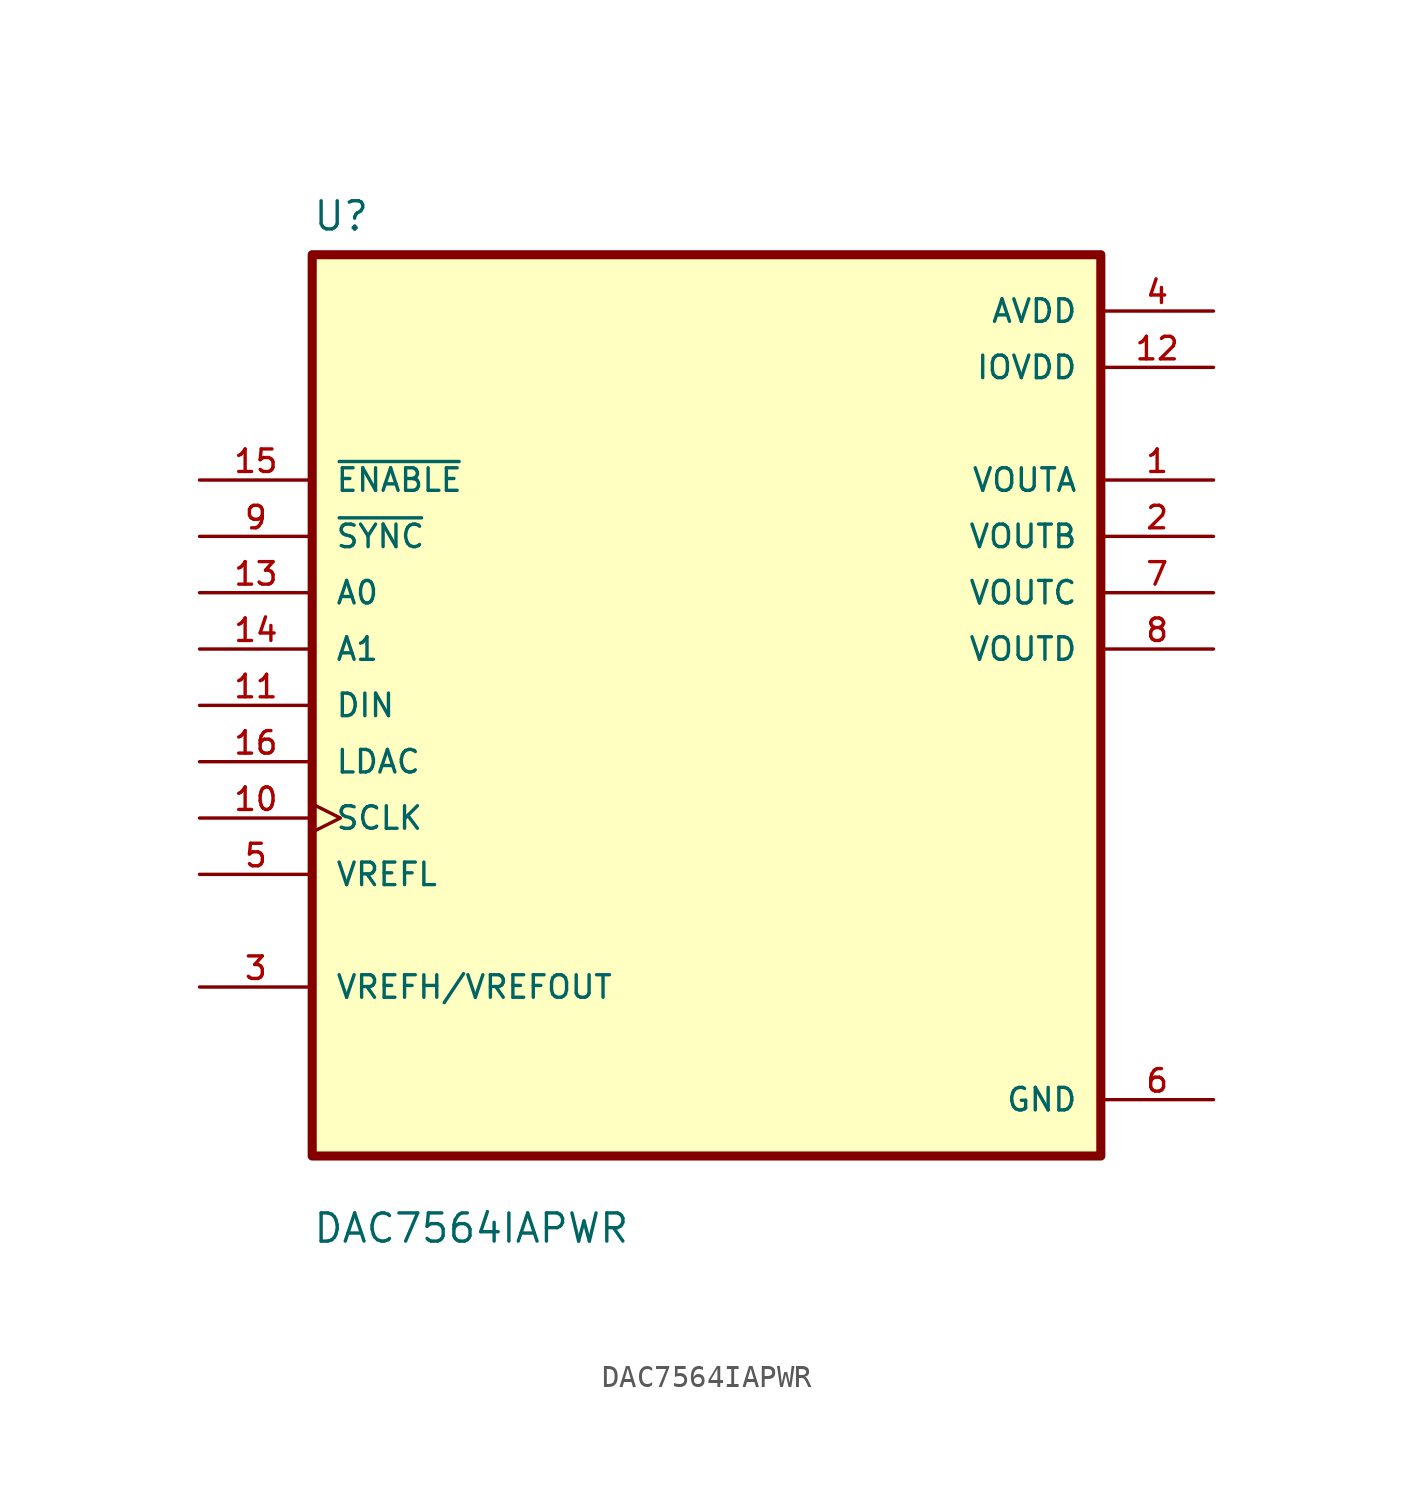
<source format=kicad_sym>
(kicad_symbol_lib
  (version 20211014)
  (generator kicad_symbol_editor)
  (symbol "DAC7564IAPWR"
    (pin_names
      (offset 1.016))
    (property "Reference" "U"
      (at -17.78 21.32 0.0)
      (effects (font (size 1.27 1.27)) (justify bottom left)))
    (property "Value" "DAC7564IAPWR"
      (at -17.78 -24.32 0.0)
      (effects (font (size 1.27 1.27)) (justify bottom left)))
    (symbol "DAC7564IAPWR_0_0"
      (rectangle (start -17.78 -20.32) (end 17.78 20.32) (stroke (width 0.41)) (fill (type background)))
      (pin input line (at -22.86 10.16 0) (length 5.08) (name "~{ENABLE}" (effects (font (size 1.016 1.016)))) (number "15" (effects (font (size 1.016 1.016)))))
      (pin input line (at -22.86 7.62 0) (length 5.08) (name "~{SYNC}" (effects (font (size 1.016 1.016)))) (number "9" (effects (font (size 1.016 1.016)))))
      (pin input line (at -22.86 5.08 0) (length 5.08) (name "A0" (effects (font (size 1.016 1.016)))) (number "13" (effects (font (size 1.016 1.016)))))
      (pin input line (at -22.86 2.54 0) (length 5.08) (name "A1" (effects (font (size 1.016 1.016)))) (number "14" (effects (font (size 1.016 1.016)))))
      (pin input line (at -22.86 0.0 0) (length 5.08) (name "DIN" (effects (font (size 1.016 1.016)))) (number "11" (effects (font (size 1.016 1.016)))))
      (pin input line (at -22.86 -2.54 0) (length 5.08) (name "LDAC" (effects (font (size 1.016 1.016)))) (number "16" (effects (font (size 1.016 1.016)))))
      (pin input clock (at -22.86 -5.08 0) (length 5.08) (name "SCLK" (effects (font (size 1.016 1.016)))) (number "10" (effects (font (size 1.016 1.016)))))
      (pin input line (at -22.86 -7.62 0) (length 5.08) (name "VREFL" (effects (font (size 1.016 1.016)))) (number "5" (effects (font (size 1.016 1.016)))))
      (pin bidirectional line (at -22.86 -12.7 0) (length 5.08) (name "VREFH/VREFOUT" (effects (font (size 1.016 1.016)))) (number "3" (effects (font (size 1.016 1.016)))))
      (pin power_in line (at 22.86 17.78 180.0) (length 5.08) (name "AVDD" (effects (font (size 1.016 1.016)))) (number "4" (effects (font (size 1.016 1.016)))))
      (pin power_in line (at 22.86 15.24 180.0) (length 5.08) (name "IOVDD" (effects (font (size 1.016 1.016)))) (number "12" (effects (font (size 1.016 1.016)))))
      (pin output line (at 22.86 10.16 180.0) (length 5.08) (name "VOUTA" (effects (font (size 1.016 1.016)))) (number "1" (effects (font (size 1.016 1.016)))))
      (pin output line (at 22.86 7.62 180.0) (length 5.08) (name "VOUTB" (effects (font (size 1.016 1.016)))) (number "2" (effects (font (size 1.016 1.016)))))
      (pin output line (at 22.86 5.08 180.0) (length 5.08) (name "VOUTC" (effects (font (size 1.016 1.016)))) (number "7" (effects (font (size 1.016 1.016)))))
      (pin output line (at 22.86 2.54 180.0) (length 5.08) (name "VOUTD" (effects (font (size 1.016 1.016)))) (number "8" (effects (font (size 1.016 1.016)))))
      (pin power_in line (at 22.86 -17.78 180.0) (length 5.08) (name "GND" (effects (font (size 1.016 1.016)))) (number "6" (effects (font (size 1.016 1.016))))))))
</source>
